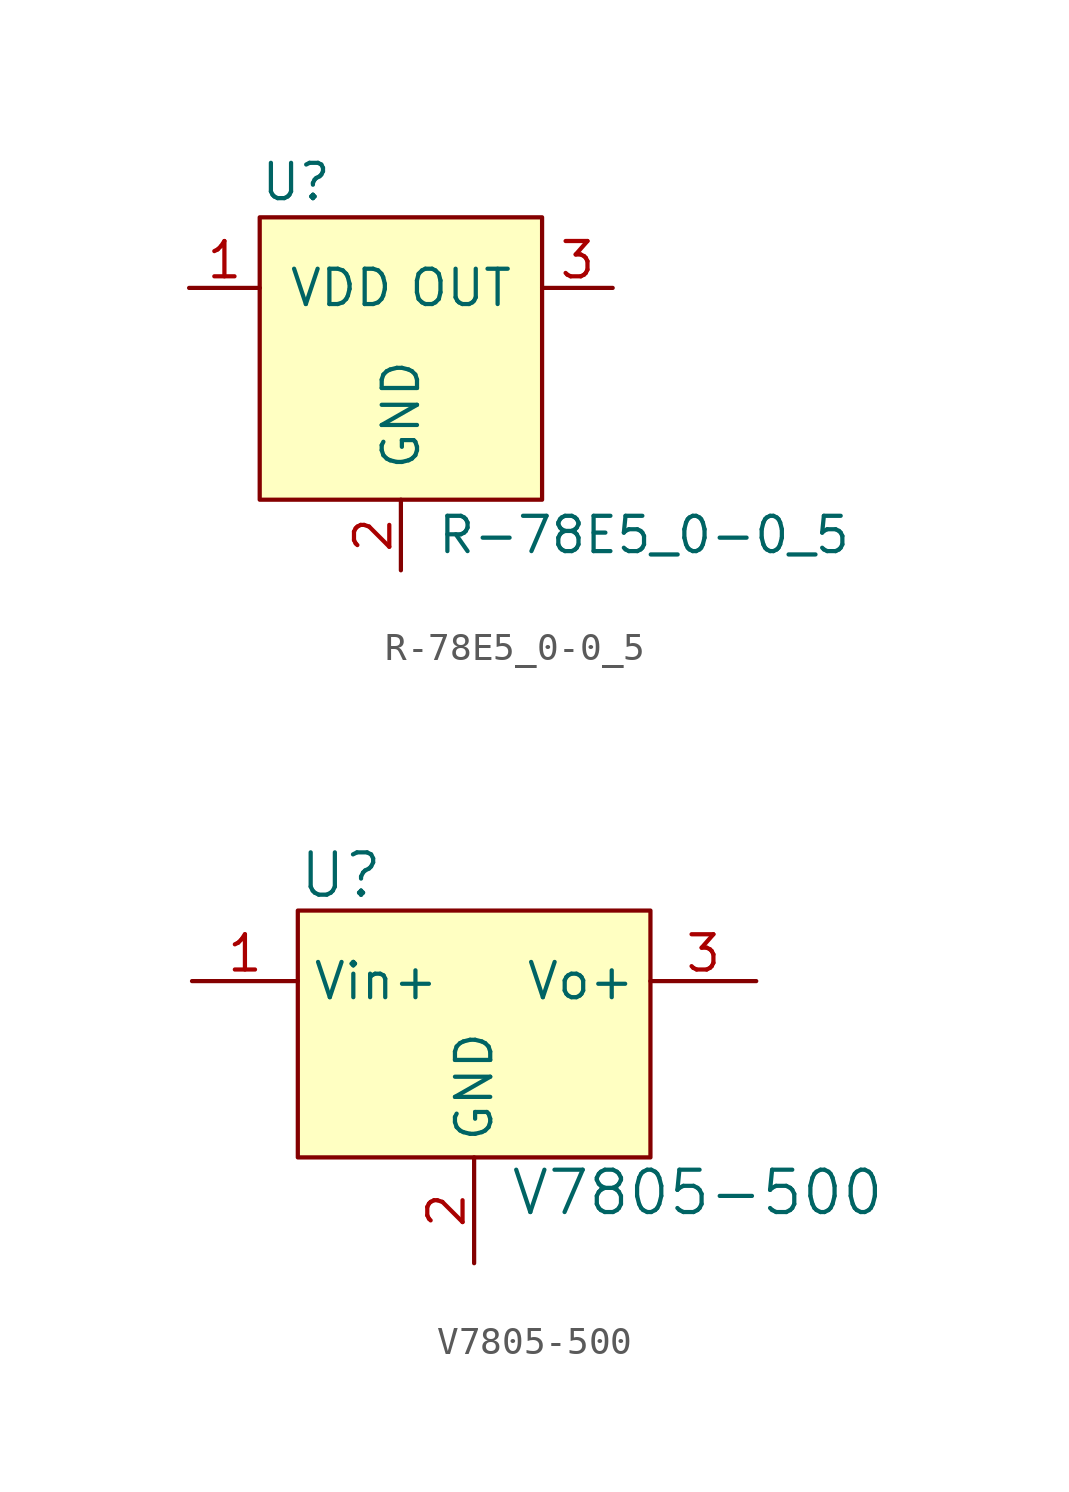
<source format=kicad_sym>
(kicad_symbol_lib
  (version 20211014)
  (generator kicad_symbol_editor)
  (symbol "R-78E5_0-0_5"
    (pin_names
      (offset 1.016))
    (property "Reference" "U"
      (at -5.08 6.35 0)
      (effects (font (size 1.27 1.27)) (justify left)))
    (property "Value" "R-78E5_0-0_5"
      (at 1.27 -6.35 0)
      (effects (font (size 1.27 1.27)) (justify left)))
    (symbol "R-78E5_0-0_5_1_1"
      (rectangle (start 5.08 5.08) (end -5.08 -5.08) (stroke (width 0) (type default) (color 0 0 0 0)) (fill (type background)))
      (pin power_in line (at -7.62 2.54 0) (length 2.54) (name "VDD" (effects (font (size 1.27 1.27)))) (number "1" (effects (font (size 1.27 1.27)))))
      (pin power_in line (at 0 -7.62 90) (length 2.54) (name "GND" (effects (font (size 1.27 1.27)))) (number "2" (effects (font (size 1.27 1.27)))))
      (pin power_out line (at 7.62 2.54 180) (length 2.54) (name "OUT" (effects (font (size 1.27 1.27)))) (number "3" (effects (font (size 1.27 1.27)))))))
  (symbol "V7805-500"
    (property "Reference" "U"
      (at -6.35 6.35 0)
      (effects (font (size 1.524 1.524)) (justify left)))
    (property "Value" "V7805-500"
      (at 1.27 -5.08 0)
      (effects (font (size 1.524 1.524)) (justify left)))
    (symbol "V7805-500_0_1"
      (rectangle (start -6.35 5.08) (end 6.35 -3.81) (stroke (width 0) (type default) (color 0 0 0 0)) (fill (type background))))
    (symbol "V7805-500_1_1"
      (pin power_in line (at -10.16 2.54 0) (length 3.81) (name "Vin+" (effects (font (size 1.27 1.27)))) (number "1" (effects (font (size 1.27 1.27)))))
      (pin power_in line (at 0 -7.62 90) (length 3.81) (name "GND" (effects (font (size 1.27 1.27)))) (number "2" (effects (font (size 1.27 1.27)))))
      (pin power_out line (at 10.16 2.54 180) (length 3.81) (name "Vo+" (effects (font (size 1.27 1.27)))) (number "3" (effects (font (size 1.27 1.27))))))))
</source>
